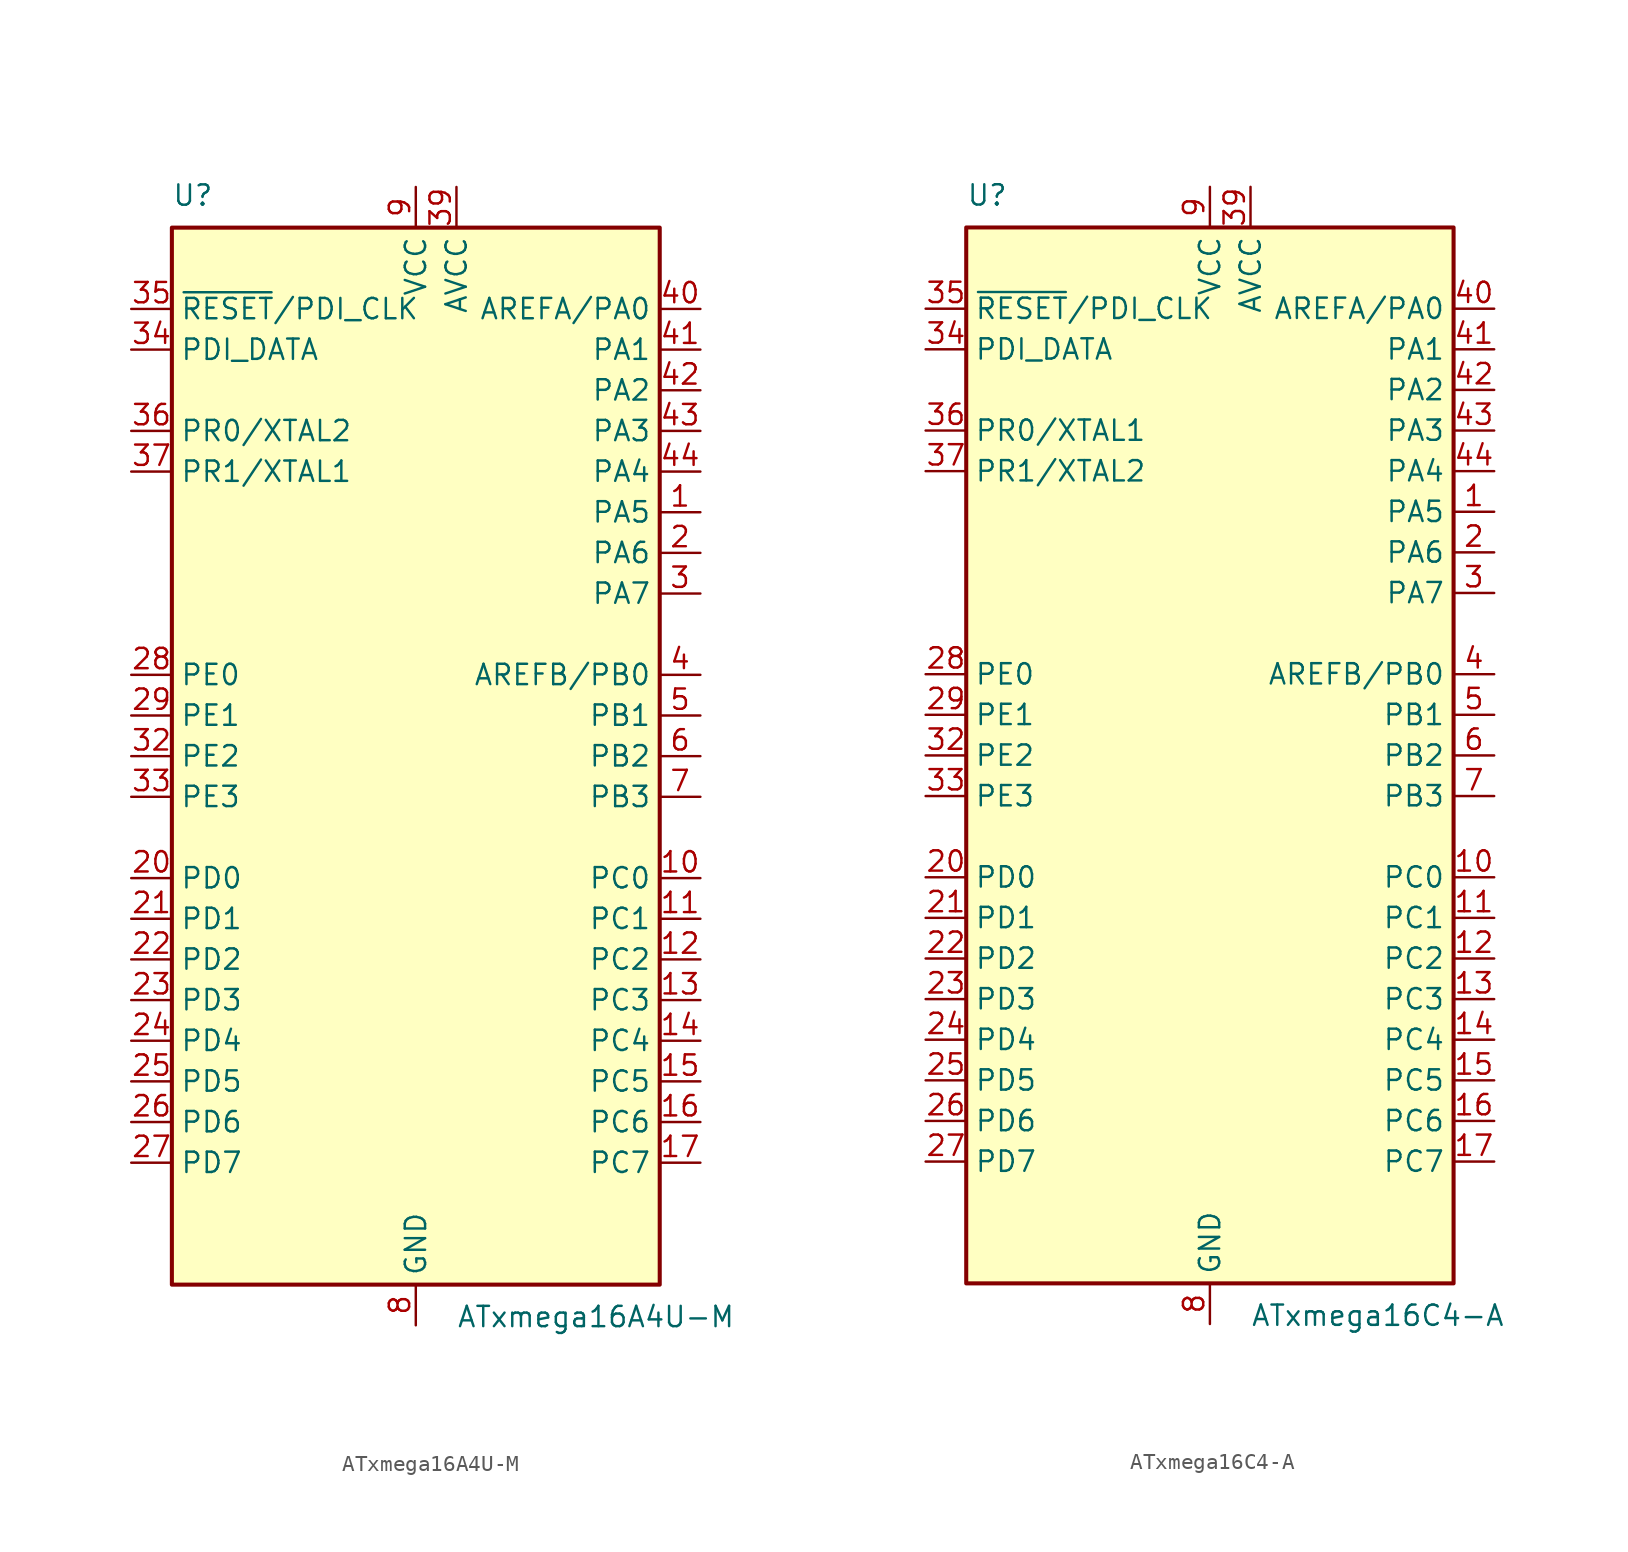
<source format=kicad_sym>
(kicad_symbol_lib
  (version 20220914)
  (generator kicad_symbol_editor)
  (symbol "ATxmega16A4U-M"
    (property "Reference" "U"
      (at -15.24 34.29 0)
      (effects (font (size 1.27 1.27)) (justify left bottom)))
    (property "Value" "ATxmega16A4U-M"
      (at 2.54 -34.29 0)
      (effects (font (size 1.27 1.27)) (justify left top)))
    (symbol "ATxmega16A4U-M_0_1"
      (rectangle (start -15.24 -33.02) (end 15.24 33.02) (stroke (width 0.254) (type default)) (fill (type background))))
    (symbol "ATxmega16A4U-M_1_1"
      (pin bidirectional line (at 17.78 15.24 180) (length 2.54) (name "PA5" (effects (font (size 1.27 1.27)))) (number "1" (effects (font (size 1.27 1.27)))))
      (pin bidirectional line (at 17.78 -7.62 180) (length 2.54) (name "PC0" (effects (font (size 1.27 1.27)))) (number "10" (effects (font (size 1.27 1.27)))))
      (pin bidirectional line (at 17.78 -10.16 180) (length 2.54) (name "PC1" (effects (font (size 1.27 1.27)))) (number "11" (effects (font (size 1.27 1.27)))))
      (pin bidirectional line (at 17.78 -12.7 180) (length 2.54) (name "PC2" (effects (font (size 1.27 1.27)))) (number "12" (effects (font (size 1.27 1.27)))))
      (pin bidirectional line (at 17.78 -15.24 180) (length 2.54) (name "PC3" (effects (font (size 1.27 1.27)))) (number "13" (effects (font (size 1.27 1.27)))))
      (pin bidirectional line (at 17.78 -17.78 180) (length 2.54) (name "PC4" (effects (font (size 1.27 1.27)))) (number "14" (effects (font (size 1.27 1.27)))))
      (pin bidirectional line (at 17.78 -20.32 180) (length 2.54) (name "PC5" (effects (font (size 1.27 1.27)))) (number "15" (effects (font (size 1.27 1.27)))))
      (pin bidirectional line (at 17.78 -22.86 180) (length 2.54) (name "PC6" (effects (font (size 1.27 1.27)))) (number "16" (effects (font (size 1.27 1.27)))))
      (pin bidirectional line (at 17.78 -25.4 180) (length 2.54) (name "PC7" (effects (font (size 1.27 1.27)))) (number "17" (effects (font (size 1.27 1.27)))))
      (pin passive line (at 0 -35.56 90) (length 2.54) hide (name "GND" (effects (font (size 1.27 1.27)))) (number "18" (effects (font (size 1.27 1.27)))))
      (pin passive line (at 0 35.56 270) (length 2.54) hide (name "VCC" (effects (font (size 1.27 1.27)))) (number "19" (effects (font (size 1.27 1.27)))))
      (pin bidirectional line (at 17.78 12.7 180) (length 2.54) (name "PA6" (effects (font (size 1.27 1.27)))) (number "2" (effects (font (size 1.27 1.27)))))
      (pin bidirectional line (at -17.78 -7.62 0) (length 2.54) (name "PD0" (effects (font (size 1.27 1.27)))) (number "20" (effects (font (size 1.27 1.27)))))
      (pin bidirectional line (at -17.78 -10.16 0) (length 2.54) (name "PD1" (effects (font (size 1.27 1.27)))) (number "21" (effects (font (size 1.27 1.27)))))
      (pin bidirectional line (at -17.78 -12.7 0) (length 2.54) (name "PD2" (effects (font (size 1.27 1.27)))) (number "22" (effects (font (size 1.27 1.27)))))
      (pin bidirectional line (at -17.78 -15.24 0) (length 2.54) (name "PD3" (effects (font (size 1.27 1.27)))) (number "23" (effects (font (size 1.27 1.27)))))
      (pin bidirectional line (at -17.78 -17.78 0) (length 2.54) (name "PD4" (effects (font (size 1.27 1.27)))) (number "24" (effects (font (size 1.27 1.27)))))
      (pin bidirectional line (at -17.78 -20.32 0) (length 2.54) (name "PD5" (effects (font (size 1.27 1.27)))) (number "25" (effects (font (size 1.27 1.27)))))
      (pin bidirectional line (at -17.78 -22.86 0) (length 2.54) (name "PD6" (effects (font (size 1.27 1.27)))) (number "26" (effects (font (size 1.27 1.27)))))
      (pin bidirectional line (at -17.78 -25.4 0) (length 2.54) (name "PD7" (effects (font (size 1.27 1.27)))) (number "27" (effects (font (size 1.27 1.27)))))
      (pin bidirectional line (at -17.78 5.08 0) (length 2.54) (name "PE0" (effects (font (size 1.27 1.27)))) (number "28" (effects (font (size 1.27 1.27)))))
      (pin bidirectional line (at -17.78 2.54 0) (length 2.54) (name "PE1" (effects (font (size 1.27 1.27)))) (number "29" (effects (font (size 1.27 1.27)))))
      (pin bidirectional line (at 17.78 10.16 180) (length 2.54) (name "PA7" (effects (font (size 1.27 1.27)))) (number "3" (effects (font (size 1.27 1.27)))))
      (pin passive line (at 0 -35.56 90) (length 2.54) hide (name "GND" (effects (font (size 1.27 1.27)))) (number "30" (effects (font (size 1.27 1.27)))))
      (pin passive line (at 0 35.56 270) (length 2.54) hide (name "VCC" (effects (font (size 1.27 1.27)))) (number "31" (effects (font (size 1.27 1.27)))))
      (pin bidirectional line (at -17.78 0 0) (length 2.54) (name "PE2" (effects (font (size 1.27 1.27)))) (number "32" (effects (font (size 1.27 1.27)))))
      (pin bidirectional line (at -17.78 -2.54 0) (length 2.54) (name "PE3" (effects (font (size 1.27 1.27)))) (number "33" (effects (font (size 1.27 1.27)))))
      (pin bidirectional line (at -17.78 25.4 0) (length 2.54) (name "PDI_DATA" (effects (font (size 1.27 1.27)))) (number "34" (effects (font (size 1.27 1.27)))))
      (pin input line (at -17.78 27.94 0) (length 2.54) (name "~{RESET}/PDI_CLK" (effects (font (size 1.27 1.27)))) (number "35" (effects (font (size 1.27 1.27)))))
      (pin bidirectional line (at -17.78 20.32 0) (length 2.54) (name "PR0/XTAL2" (effects (font (size 1.27 1.27)))) (number "36" (effects (font (size 1.27 1.27)))))
      (pin bidirectional line (at -17.78 17.78 0) (length 2.54) (name "PR1/XTAL1" (effects (font (size 1.27 1.27)))) (number "37" (effects (font (size 1.27 1.27)))))
      (pin passive line (at 0 -35.56 90) (length 2.54) hide (name "GND" (effects (font (size 1.27 1.27)))) (number "38" (effects (font (size 1.27 1.27)))))
      (pin power_in line (at 2.54 35.56 270) (length 2.54) (name "AVCC" (effects (font (size 1.27 1.27)))) (number "39" (effects (font (size 1.27 1.27)))))
      (pin bidirectional line (at 17.78 5.08 180) (length 2.54) (name "AREFB/PB0" (effects (font (size 1.27 1.27)))) (number "4" (effects (font (size 1.27 1.27)))))
      (pin bidirectional line (at 17.78 27.94 180) (length 2.54) (name "AREFA/PA0" (effects (font (size 1.27 1.27)))) (number "40" (effects (font (size 1.27 1.27)))))
      (pin bidirectional line (at 17.78 25.4 180) (length 2.54) (name "PA1" (effects (font (size 1.27 1.27)))) (number "41" (effects (font (size 1.27 1.27)))))
      (pin bidirectional line (at 17.78 22.86 180) (length 2.54) (name "PA2" (effects (font (size 1.27 1.27)))) (number "42" (effects (font (size 1.27 1.27)))))
      (pin bidirectional line (at 17.78 20.32 180) (length 2.54) (name "PA3" (effects (font (size 1.27 1.27)))) (number "43" (effects (font (size 1.27 1.27)))))
      (pin bidirectional line (at 17.78 17.78 180) (length 2.54) (name "PA4" (effects (font (size 1.27 1.27)))) (number "44" (effects (font (size 1.27 1.27)))))
      (pin passive line (at 0 -35.56 90) (length 2.54) hide (name "GND" (effects (font (size 1.27 1.27)))) (number "45" (effects (font (size 1.27 1.27)))))
      (pin bidirectional line (at 17.78 2.54 180) (length 2.54) (name "PB1" (effects (font (size 1.27 1.27)))) (number "5" (effects (font (size 1.27 1.27)))))
      (pin bidirectional line (at 17.78 0 180) (length 2.54) (name "PB2" (effects (font (size 1.27 1.27)))) (number "6" (effects (font (size 1.27 1.27)))))
      (pin bidirectional line (at 17.78 -2.54 180) (length 2.54) (name "PB3" (effects (font (size 1.27 1.27)))) (number "7" (effects (font (size 1.27 1.27)))))
      (pin power_in line (at 0 -35.56 90) (length 2.54) (name "GND" (effects (font (size 1.27 1.27)))) (number "8" (effects (font (size 1.27 1.27)))))
      (pin power_in line (at 0 35.56 270) (length 2.54) (name "VCC" (effects (font (size 1.27 1.27)))) (number "9" (effects (font (size 1.27 1.27)))))))
  (symbol "ATxmega16C4-A"
    (property "Reference" "U"
      (at -15.24 34.29 0)
      (effects (font (size 1.27 1.27)) (justify left bottom)))
    (property "Value" "ATxmega16C4-A"
      (at 2.54 -34.29 0)
      (effects (font (size 1.27 1.27)) (justify left top)))
    (symbol "ATxmega16C4-A_0_1"
      (rectangle (start -15.24 -33.02) (end 15.24 33.02) (stroke (width 0.254) (type default)) (fill (type background))))
    (symbol "ATxmega16C4-A_1_1"
      (pin bidirectional line (at 17.78 15.24 180) (length 2.54) (name "PA5" (effects (font (size 1.27 1.27)))) (number "1" (effects (font (size 1.27 1.27)))))
      (pin bidirectional line (at 17.78 -7.62 180) (length 2.54) (name "PC0" (effects (font (size 1.27 1.27)))) (number "10" (effects (font (size 1.27 1.27)))))
      (pin bidirectional line (at 17.78 -10.16 180) (length 2.54) (name "PC1" (effects (font (size 1.27 1.27)))) (number "11" (effects (font (size 1.27 1.27)))))
      (pin bidirectional line (at 17.78 -12.7 180) (length 2.54) (name "PC2" (effects (font (size 1.27 1.27)))) (number "12" (effects (font (size 1.27 1.27)))))
      (pin bidirectional line (at 17.78 -15.24 180) (length 2.54) (name "PC3" (effects (font (size 1.27 1.27)))) (number "13" (effects (font (size 1.27 1.27)))))
      (pin bidirectional line (at 17.78 -17.78 180) (length 2.54) (name "PC4" (effects (font (size 1.27 1.27)))) (number "14" (effects (font (size 1.27 1.27)))))
      (pin bidirectional line (at 17.78 -20.32 180) (length 2.54) (name "PC5" (effects (font (size 1.27 1.27)))) (number "15" (effects (font (size 1.27 1.27)))))
      (pin bidirectional line (at 17.78 -22.86 180) (length 2.54) (name "PC6" (effects (font (size 1.27 1.27)))) (number "16" (effects (font (size 1.27 1.27)))))
      (pin bidirectional line (at 17.78 -25.4 180) (length 2.54) (name "PC7" (effects (font (size 1.27 1.27)))) (number "17" (effects (font (size 1.27 1.27)))))
      (pin passive line (at 0 -35.56 90) (length 2.54) hide (name "GND" (effects (font (size 1.27 1.27)))) (number "18" (effects (font (size 1.27 1.27)))))
      (pin passive line (at 0 35.56 270) (length 2.54) hide (name "VCC" (effects (font (size 1.27 1.27)))) (number "19" (effects (font (size 1.27 1.27)))))
      (pin bidirectional line (at 17.78 12.7 180) (length 2.54) (name "PA6" (effects (font (size 1.27 1.27)))) (number "2" (effects (font (size 1.27 1.27)))))
      (pin bidirectional line (at -17.78 -7.62 0) (length 2.54) (name "PD0" (effects (font (size 1.27 1.27)))) (number "20" (effects (font (size 1.27 1.27)))))
      (pin bidirectional line (at -17.78 -10.16 0) (length 2.54) (name "PD1" (effects (font (size 1.27 1.27)))) (number "21" (effects (font (size 1.27 1.27)))))
      (pin bidirectional line (at -17.78 -12.7 0) (length 2.54) (name "PD2" (effects (font (size 1.27 1.27)))) (number "22" (effects (font (size 1.27 1.27)))))
      (pin bidirectional line (at -17.78 -15.24 0) (length 2.54) (name "PD3" (effects (font (size 1.27 1.27)))) (number "23" (effects (font (size 1.27 1.27)))))
      (pin bidirectional line (at -17.78 -17.78 0) (length 2.54) (name "PD4" (effects (font (size 1.27 1.27)))) (number "24" (effects (font (size 1.27 1.27)))))
      (pin bidirectional line (at -17.78 -20.32 0) (length 2.54) (name "PD5" (effects (font (size 1.27 1.27)))) (number "25" (effects (font (size 1.27 1.27)))))
      (pin bidirectional line (at -17.78 -22.86 0) (length 2.54) (name "PD6" (effects (font (size 1.27 1.27)))) (number "26" (effects (font (size 1.27 1.27)))))
      (pin bidirectional line (at -17.78 -25.4 0) (length 2.54) (name "PD7" (effects (font (size 1.27 1.27)))) (number "27" (effects (font (size 1.27 1.27)))))
      (pin bidirectional line (at -17.78 5.08 0) (length 2.54) (name "PE0" (effects (font (size 1.27 1.27)))) (number "28" (effects (font (size 1.27 1.27)))))
      (pin bidirectional line (at -17.78 2.54 0) (length 2.54) (name "PE1" (effects (font (size 1.27 1.27)))) (number "29" (effects (font (size 1.27 1.27)))))
      (pin bidirectional line (at 17.78 10.16 180) (length 2.54) (name "PA7" (effects (font (size 1.27 1.27)))) (number "3" (effects (font (size 1.27 1.27)))))
      (pin passive line (at 0 -35.56 90) (length 2.54) hide (name "GND" (effects (font (size 1.27 1.27)))) (number "30" (effects (font (size 1.27 1.27)))))
      (pin passive line (at 0 35.56 270) (length 2.54) hide (name "VCC" (effects (font (size 1.27 1.27)))) (number "31" (effects (font (size 1.27 1.27)))))
      (pin bidirectional line (at -17.78 0 0) (length 2.54) (name "PE2" (effects (font (size 1.27 1.27)))) (number "32" (effects (font (size 1.27 1.27)))))
      (pin bidirectional line (at -17.78 -2.54 0) (length 2.54) (name "PE3" (effects (font (size 1.27 1.27)))) (number "33" (effects (font (size 1.27 1.27)))))
      (pin bidirectional line (at -17.78 25.4 0) (length 2.54) (name "PDI_DATA" (effects (font (size 1.27 1.27)))) (number "34" (effects (font (size 1.27 1.27)))))
      (pin input line (at -17.78 27.94 0) (length 2.54) (name "~{RESET}/PDI_CLK" (effects (font (size 1.27 1.27)))) (number "35" (effects (font (size 1.27 1.27)))))
      (pin bidirectional line (at -17.78 20.32 0) (length 2.54) (name "PR0/XTAL1" (effects (font (size 1.27 1.27)))) (number "36" (effects (font (size 1.27 1.27)))))
      (pin bidirectional line (at -17.78 17.78 0) (length 2.54) (name "PR1/XTAL2" (effects (font (size 1.27 1.27)))) (number "37" (effects (font (size 1.27 1.27)))))
      (pin passive line (at 0 -35.56 90) (length 2.54) hide (name "GND" (effects (font (size 1.27 1.27)))) (number "38" (effects (font (size 1.27 1.27)))))
      (pin power_in line (at 2.54 35.56 270) (length 2.54) (name "AVCC" (effects (font (size 1.27 1.27)))) (number "39" (effects (font (size 1.27 1.27)))))
      (pin bidirectional line (at 17.78 5.08 180) (length 2.54) (name "AREFB/PB0" (effects (font (size 1.27 1.27)))) (number "4" (effects (font (size 1.27 1.27)))))
      (pin bidirectional line (at 17.78 27.94 180) (length 2.54) (name "AREFA/PA0" (effects (font (size 1.27 1.27)))) (number "40" (effects (font (size 1.27 1.27)))))
      (pin bidirectional line (at 17.78 25.4 180) (length 2.54) (name "PA1" (effects (font (size 1.27 1.27)))) (number "41" (effects (font (size 1.27 1.27)))))
      (pin bidirectional line (at 17.78 22.86 180) (length 2.54) (name "PA2" (effects (font (size 1.27 1.27)))) (number "42" (effects (font (size 1.27 1.27)))))
      (pin bidirectional line (at 17.78 20.32 180) (length 2.54) (name "PA3" (effects (font (size 1.27 1.27)))) (number "43" (effects (font (size 1.27 1.27)))))
      (pin bidirectional line (at 17.78 17.78 180) (length 2.54) (name "PA4" (effects (font (size 1.27 1.27)))) (number "44" (effects (font (size 1.27 1.27)))))
      (pin bidirectional line (at 17.78 2.54 180) (length 2.54) (name "PB1" (effects (font (size 1.27 1.27)))) (number "5" (effects (font (size 1.27 1.27)))))
      (pin bidirectional line (at 17.78 0 180) (length 2.54) (name "PB2" (effects (font (size 1.27 1.27)))) (number "6" (effects (font (size 1.27 1.27)))))
      (pin bidirectional line (at 17.78 -2.54 180) (length 2.54) (name "PB3" (effects (font (size 1.27 1.27)))) (number "7" (effects (font (size 1.27 1.27)))))
      (pin power_in line (at 0 -35.56 90) (length 2.54) (name "GND" (effects (font (size 1.27 1.27)))) (number "8" (effects (font (size 1.27 1.27)))))
      (pin power_in line (at 0 35.56 270) (length 2.54) (name "VCC" (effects (font (size 1.27 1.27)))) (number "9" (effects (font (size 1.27 1.27))))))))
</source>
